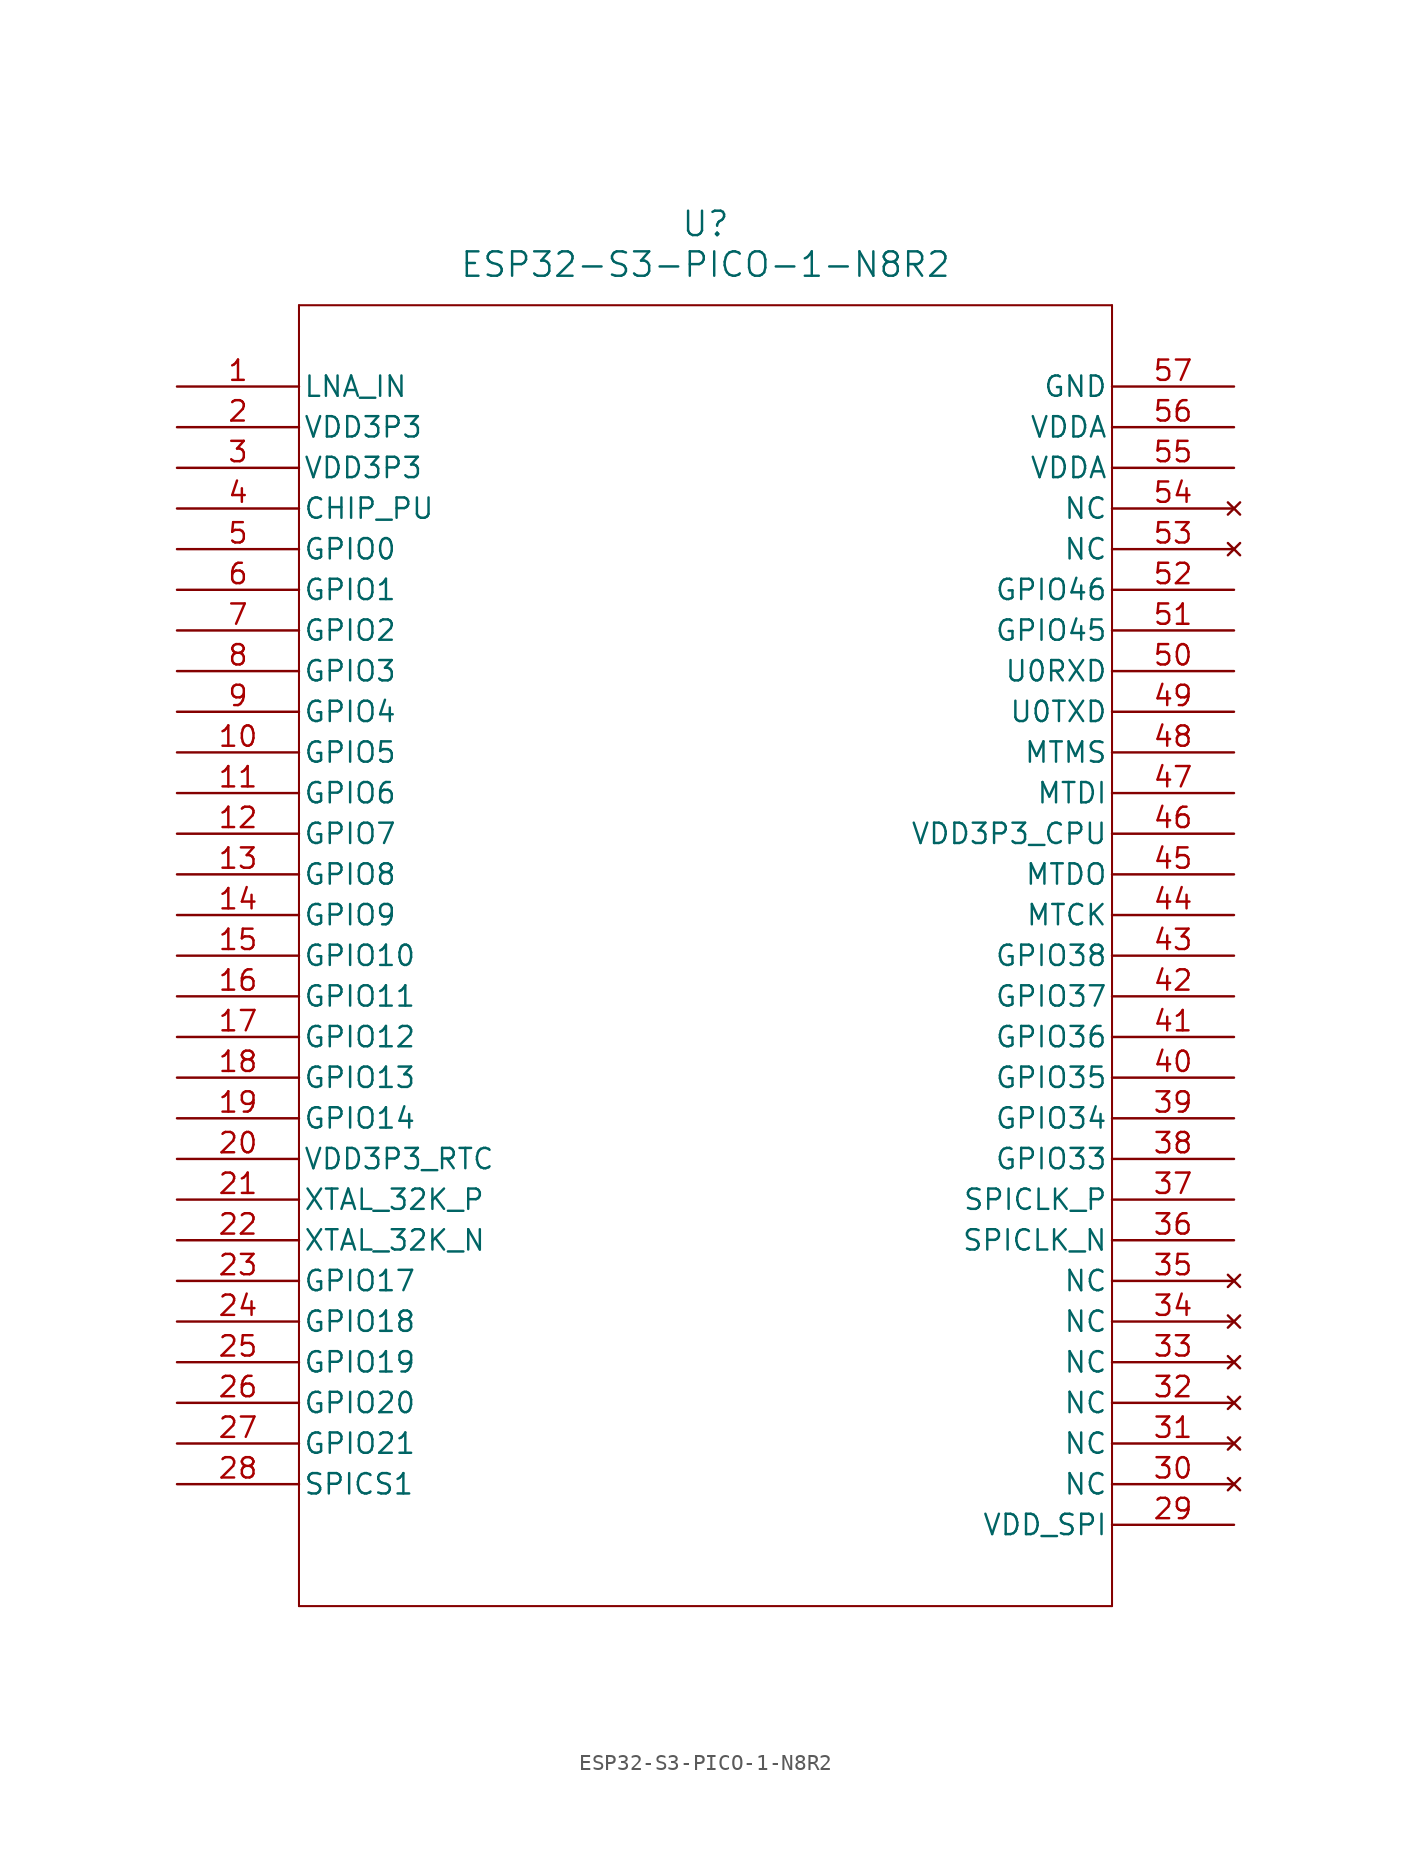
<source format=kicad_sym>
(kicad_symbol_lib
  (version 20211014)
  (generator kicad_symbol_editor)
  (symbol "ESP32-S3-PICO-1-N8R2"
    (pin_names
      (offset 0.254))
    (property "Reference" "U"
      (at 33.02 10.16 0)
      (effects (font (size 1.524 1.524))))
    (property "Value" "ESP32-S3-PICO-1-N8R2"
      (at 33.02 7.62 0)
      (effects (font (size 1.524 1.524))))
    (polyline
      (pts (xy 7.62 5.08) (xy 7.62 -76.2))
      (stroke (width 0.127) (type default) (color 0 0 0 0))
      (fill (type none)))
    (polyline
      (pts (xy 7.62 -76.2) (xy 58.42 -76.2))
      (stroke (width 0.127) (type default) (color 0 0 0 0))
      (fill (type none)))
    (polyline
      (pts (xy 58.42 -76.2) (xy 58.42 5.08))
      (stroke (width 0.127) (type default) (color 0 0 0 0))
      (fill (type none)))
    (polyline
      (pts (xy 58.42 5.08) (xy 7.62 5.08))
      (stroke (width 0.127) (type default) (color 0 0 0 0))
      (fill (type none)))
    (pin bidirectional line
      (at 0 0 0)
      (length 7.62)
      (name "LNA_IN" (effects (font (size 1.27 1.27))))
      (number "1" (effects (font (size 1.27 1.27)))))
    (pin power_in line
      (at 0 -2.54 0)
      (length 7.62)
      (name "VDD3P3" (effects (font (size 1.27 1.27))))
      (number "2" (effects (font (size 1.27 1.27)))))
    (pin power_in line
      (at 0 -5.08 0)
      (length 7.62)
      (name "VDD3P3" (effects (font (size 1.27 1.27))))
      (number "3" (effects (font (size 1.27 1.27)))))
    (pin input line
      (at 0 -7.62 0)
      (length 7.62)
      (name "CHIP_PU" (effects (font (size 1.27 1.27))))
      (number "4" (effects (font (size 1.27 1.27)))))
    (pin bidirectional line
      (at 0 -10.16 0)
      (length 7.62)
      (name "GPIO0" (effects (font (size 1.27 1.27))))
      (number "5" (effects (font (size 1.27 1.27)))))
    (pin bidirectional line
      (at 0 -12.7 0)
      (length 7.62)
      (name "GPIO1" (effects (font (size 1.27 1.27))))
      (number "6" (effects (font (size 1.27 1.27)))))
    (pin bidirectional line
      (at 0 -15.24 0)
      (length 7.62)
      (name "GPIO2" (effects (font (size 1.27 1.27))))
      (number "7" (effects (font (size 1.27 1.27)))))
    (pin bidirectional line
      (at 0 -17.78 0)
      (length 7.62)
      (name "GPIO3" (effects (font (size 1.27 1.27))))
      (number "8" (effects (font (size 1.27 1.27)))))
    (pin bidirectional line
      (at 0 -20.32 0)
      (length 7.62)
      (name "GPIO4" (effects (font (size 1.27 1.27))))
      (number "9" (effects (font (size 1.27 1.27)))))
    (pin bidirectional line
      (at 0 -22.86 0)
      (length 7.62)
      (name "GPIO5" (effects (font (size 1.27 1.27))))
      (number "10" (effects (font (size 1.27 1.27)))))
    (pin bidirectional line
      (at 0 -25.4 0)
      (length 7.62)
      (name "GPIO6" (effects (font (size 1.27 1.27))))
      (number "11" (effects (font (size 1.27 1.27)))))
    (pin bidirectional line
      (at 0 -27.94 0)
      (length 7.62)
      (name "GPIO7" (effects (font (size 1.27 1.27))))
      (number "12" (effects (font (size 1.27 1.27)))))
    (pin bidirectional line
      (at 0 -30.48 0)
      (length 7.62)
      (name "GPIO8" (effects (font (size 1.27 1.27))))
      (number "13" (effects (font (size 1.27 1.27)))))
    (pin bidirectional line
      (at 0 -33.02 0)
      (length 7.62)
      (name "GPIO9" (effects (font (size 1.27 1.27))))
      (number "14" (effects (font (size 1.27 1.27)))))
    (pin bidirectional line
      (at 0 -35.56 0)
      (length 7.62)
      (name "GPIO10" (effects (font (size 1.27 1.27))))
      (number "15" (effects (font (size 1.27 1.27)))))
    (pin bidirectional line
      (at 0 -38.1 0)
      (length 7.62)
      (name "GPIO11" (effects (font (size 1.27 1.27))))
      (number "16" (effects (font (size 1.27 1.27)))))
    (pin bidirectional line
      (at 0 -40.64 0)
      (length 7.62)
      (name "GPIO12" (effects (font (size 1.27 1.27))))
      (number "17" (effects (font (size 1.27 1.27)))))
    (pin bidirectional line
      (at 0 -43.18 0)
      (length 7.62)
      (name "GPIO13" (effects (font (size 1.27 1.27))))
      (number "18" (effects (font (size 1.27 1.27)))))
    (pin bidirectional line
      (at 0 -45.72 0)
      (length 7.62)
      (name "GPIO14" (effects (font (size 1.27 1.27))))
      (number "19" (effects (font (size 1.27 1.27)))))
    (pin power_in line
      (at 0 -48.26 0)
      (length 7.62)
      (name "VDD3P3_RTC" (effects (font (size 1.27 1.27))))
      (number "20" (effects (font (size 1.27 1.27)))))
    (pin bidirectional line
      (at 0 -50.8 0)
      (length 7.62)
      (name "XTAL_32K_P" (effects (font (size 1.27 1.27))))
      (number "21" (effects (font (size 1.27 1.27)))))
    (pin bidirectional line
      (at 0 -53.34 0)
      (length 7.62)
      (name "XTAL_32K_N" (effects (font (size 1.27 1.27))))
      (number "22" (effects (font (size 1.27 1.27)))))
    (pin bidirectional line
      (at 0 -55.88 0)
      (length 7.62)
      (name "GPIO17" (effects (font (size 1.27 1.27))))
      (number "23" (effects (font (size 1.27 1.27)))))
    (pin bidirectional line
      (at 0 -58.42 0)
      (length 7.62)
      (name "GPIO18" (effects (font (size 1.27 1.27))))
      (number "24" (effects (font (size 1.27 1.27)))))
    (pin bidirectional line
      (at 0 -60.96 0)
      (length 7.62)
      (name "GPIO19" (effects (font (size 1.27 1.27))))
      (number "25" (effects (font (size 1.27 1.27)))))
    (pin bidirectional line
      (at 0 -63.5 0)
      (length 7.62)
      (name "GPIO20" (effects (font (size 1.27 1.27))))
      (number "26" (effects (font (size 1.27 1.27)))))
    (pin bidirectional line
      (at 0 -66.04 0)
      (length 7.62)
      (name "GPIO21" (effects (font (size 1.27 1.27))))
      (number "27" (effects (font (size 1.27 1.27)))))
    (pin bidirectional line
      (at 0 -68.58 0)
      (length 7.62)
      (name "SPICS1" (effects (font (size 1.27 1.27))))
      (number "28" (effects (font (size 1.27 1.27)))))
    (pin power_in line
      (at 66.04 -71.12 180)
      (length 7.62)
      (name "VDD_SPI" (effects (font (size 1.27 1.27))))
      (number "29" (effects (font (size 1.27 1.27)))))
    (pin no_connect line
      (at 66.04 -68.58 180)
      (length 7.62)
      (name "NC" (effects (font (size 1.27 1.27))))
      (number "30" (effects (font (size 1.27 1.27)))))
    (pin no_connect line
      (at 66.04 -66.04 180)
      (length 7.62)
      (name "NC" (effects (font (size 1.27 1.27))))
      (number "31" (effects (font (size 1.27 1.27)))))
    (pin no_connect line
      (at 66.04 -63.5 180)
      (length 7.62)
      (name "NC" (effects (font (size 1.27 1.27))))
      (number "32" (effects (font (size 1.27 1.27)))))
    (pin no_connect line
      (at 66.04 -60.96 180)
      (length 7.62)
      (name "NC" (effects (font (size 1.27 1.27))))
      (number "33" (effects (font (size 1.27 1.27)))))
    (pin no_connect line
      (at 66.04 -58.42 180)
      (length 7.62)
      (name "NC" (effects (font (size 1.27 1.27))))
      (number "34" (effects (font (size 1.27 1.27)))))
    (pin no_connect line
      (at 66.04 -55.88 180)
      (length 7.62)
      (name "NC" (effects (font (size 1.27 1.27))))
      (number "35" (effects (font (size 1.27 1.27)))))
    (pin bidirectional line
      (at 66.04 -53.34 180)
      (length 7.62)
      (name "SPICLK_N" (effects (font (size 1.27 1.27))))
      (number "36" (effects (font (size 1.27 1.27)))))
    (pin bidirectional line
      (at 66.04 -50.8 180)
      (length 7.62)
      (name "SPICLK_P" (effects (font (size 1.27 1.27))))
      (number "37" (effects (font (size 1.27 1.27)))))
    (pin bidirectional line
      (at 66.04 -48.26 180)
      (length 7.62)
      (name "GPIO33" (effects (font (size 1.27 1.27))))
      (number "38" (effects (font (size 1.27 1.27)))))
    (pin bidirectional line
      (at 66.04 -45.72 180)
      (length 7.62)
      (name "GPIO34" (effects (font (size 1.27 1.27))))
      (number "39" (effects (font (size 1.27 1.27)))))
    (pin bidirectional line
      (at 66.04 -43.18 180)
      (length 7.62)
      (name "GPIO35" (effects (font (size 1.27 1.27))))
      (number "40" (effects (font (size 1.27 1.27)))))
    (pin bidirectional line
      (at 66.04 -40.64 180)
      (length 7.62)
      (name "GPIO36" (effects (font (size 1.27 1.27))))
      (number "41" (effects (font (size 1.27 1.27)))))
    (pin bidirectional line
      (at 66.04 -38.1 180)
      (length 7.62)
      (name "GPIO37" (effects (font (size 1.27 1.27))))
      (number "42" (effects (font (size 1.27 1.27)))))
    (pin bidirectional line
      (at 66.04 -35.56 180)
      (length 7.62)
      (name "GPIO38" (effects (font (size 1.27 1.27))))
      (number "43" (effects (font (size 1.27 1.27)))))
    (pin bidirectional line
      (at 66.04 -33.02 180)
      (length 7.62)
      (name "MTCK" (effects (font (size 1.27 1.27))))
      (number "44" (effects (font (size 1.27 1.27)))))
    (pin bidirectional line
      (at 66.04 -30.48 180)
      (length 7.62)
      (name "MTDO" (effects (font (size 1.27 1.27))))
      (number "45" (effects (font (size 1.27 1.27)))))
    (pin power_in line
      (at 66.04 -27.94 180)
      (length 7.62)
      (name "VDD3P3_CPU" (effects (font (size 1.27 1.27))))
      (number "46" (effects (font (size 1.27 1.27)))))
    (pin bidirectional line
      (at 66.04 -25.4 180)
      (length 7.62)
      (name "MTDI" (effects (font (size 1.27 1.27))))
      (number "47" (effects (font (size 1.27 1.27)))))
    (pin bidirectional line
      (at 66.04 -22.86 180)
      (length 7.62)
      (name "MTMS" (effects (font (size 1.27 1.27))))
      (number "48" (effects (font (size 1.27 1.27)))))
    (pin bidirectional line
      (at 66.04 -20.32 180)
      (length 7.62)
      (name "U0TXD" (effects (font (size 1.27 1.27))))
      (number "49" (effects (font (size 1.27 1.27)))))
    (pin bidirectional line
      (at 66.04 -17.78 180)
      (length 7.62)
      (name "U0RXD" (effects (font (size 1.27 1.27))))
      (number "50" (effects (font (size 1.27 1.27)))))
    (pin bidirectional line
      (at 66.04 -15.24 180)
      (length 7.62)
      (name "GPIO45" (effects (font (size 1.27 1.27))))
      (number "51" (effects (font (size 1.27 1.27)))))
    (pin bidirectional line
      (at 66.04 -12.7 180)
      (length 7.62)
      (name "GPIO46" (effects (font (size 1.27 1.27))))
      (number "52" (effects (font (size 1.27 1.27)))))
    (pin no_connect line
      (at 66.04 -10.16 180)
      (length 7.62)
      (name "NC" (effects (font (size 1.27 1.27))))
      (number "53" (effects (font (size 1.27 1.27)))))
    (pin no_connect line
      (at 66.04 -7.62 180)
      (length 7.62)
      (name "NC" (effects (font (size 1.27 1.27))))
      (number "54" (effects (font (size 1.27 1.27)))))
    (pin power_in line
      (at 66.04 -5.08 180)
      (length 7.62)
      (name "VDDA" (effects (font (size 1.27 1.27))))
      (number "55" (effects (font (size 1.27 1.27)))))
    (pin power_in line
      (at 66.04 -2.54 180)
      (length 7.62)
      (name "VDDA" (effects (font (size 1.27 1.27))))
      (number "56" (effects (font (size 1.27 1.27)))))
    (pin power_out line
      (at 66.04 0 180)
      (length 7.62)
      (name "GND" (effects (font (size 1.27 1.27))))
      (number "57" (effects (font (size 1.27 1.27)))))))
</source>
